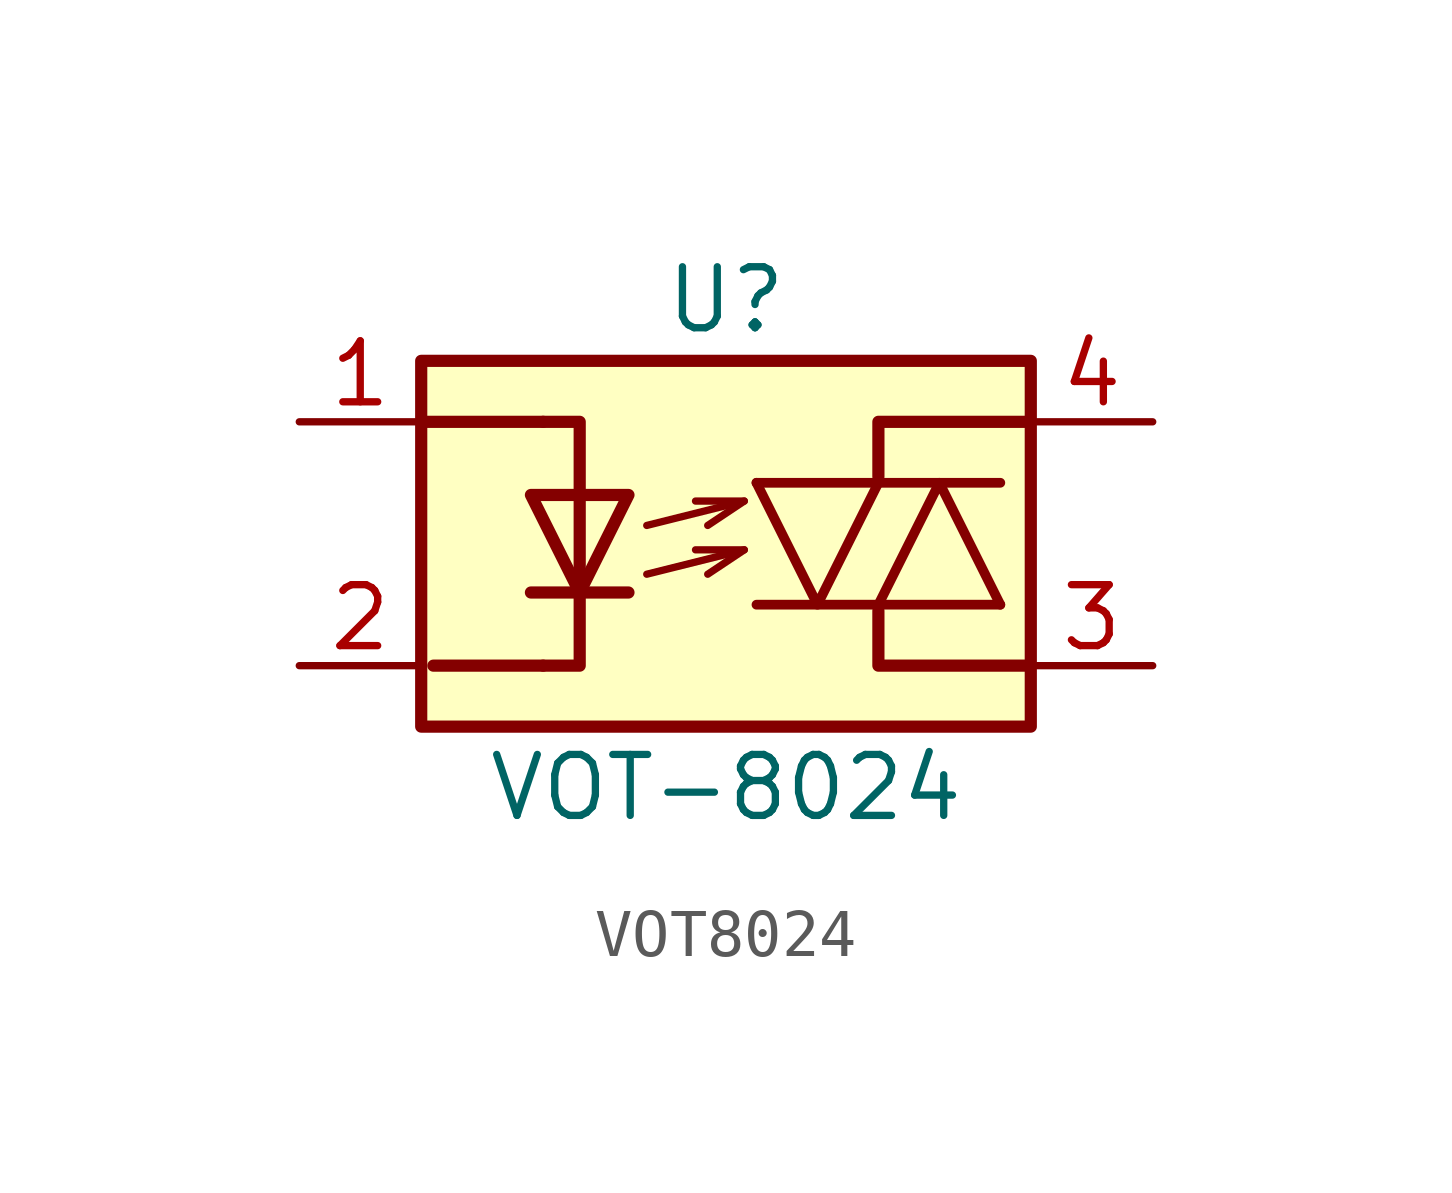
<source format=kicad_sym>
(kicad_symbol_lib
  (version 20220914)
  (generator kicad_symbol_editor)
  (symbol "VOT8024"
    (pin_names
      (offset 0.762) hide)
    (property "Reference" "U"
      (at 0 5.08 0)
      (effects (font (size 1.27 1.27))))
    (property "Value" "VOT-8024"
      (at 0 -5.08 0)
      (effects (font (size 1.27 1.27))))
    (symbol "VOT8024_0_1"
      (rectangle (start -6.35 3.81) (end 6.35 -3.81) (stroke (width 0.254) (type default)) (fill (type background)))
      (polyline (pts (xy -6.35 2.54) (xy -3.81 2.54)) (stroke (width 0.254) (type default)) (fill (type none)))
      (polyline (pts (xy -3.81 -2.54) (xy -6.096 -2.54)) (stroke (width 0.254) (type default)) (fill (type none)))
      (polyline (pts (xy 0.635 -1.27) (xy 5.715 -1.27)) (stroke (width 0.203) (type default)) (fill (type none)))
      (polyline (pts (xy 0.635 1.27) (xy 5.715 1.27)) (stroke (width 0.203) (type default)) (fill (type none)))
      (polyline (pts (xy -2.032 -1.016) (xy -4.064 -1.016) (xy -4.064 -1.016)) (stroke (width 0.254) (type default)) (fill (type none)))
      (polyline (pts (xy -1.651 -0.635) (xy 0.381 -0.127) (xy 0.381 -0.127)) (stroke (width 0) (type default)) (fill (type none)))
      (polyline (pts (xy -1.651 0.381) (xy 0.381 0.889) (xy 0.381 0.889)) (stroke (width 0) (type default)) (fill (type none)))
      (polyline (pts (xy 0.635 1.27) (xy 1.905 -1.27) (xy 3.175 1.27)) (stroke (width 0.203) (type default)) (fill (type none)))
      (polyline (pts (xy 3.175 -1.397) (xy 3.175 -2.54) (xy 6.35 -2.54)) (stroke (width 0.254) (type default)) (fill (type none)))
      (polyline (pts (xy 3.175 -1.27) (xy 4.445 1.27) (xy 5.715 -1.27)) (stroke (width 0.203) (type default)) (fill (type none)))
      (polyline (pts (xy 3.175 1.397) (xy 3.175 2.54) (xy 6.35 2.54)) (stroke (width 0.254) (type default)) (fill (type none)))
      (polyline (pts (xy -3.81 -2.54) (xy -3.048 -2.54) (xy -3.048 2.54) (xy -3.81 2.54)) (stroke (width 0.254) (type default)) (fill (type none)))
      (polyline (pts (xy -0.635 -0.127) (xy 0.381 -0.127) (xy -0.381 -0.635) (xy -0.381 -0.635)) (stroke (width 0) (type default)) (fill (type none)))
      (polyline (pts (xy -0.635 0.889) (xy 0.381 0.889) (xy -0.381 0.381) (xy -0.381 0.381)) (stroke (width 0) (type default)) (fill (type none)))
      (polyline (pts (xy -2.032 1.016) (xy -4.064 1.016) (xy -3.048 -1.016) (xy -2.032 1.016) (xy -2.032 1.016) (xy -2.032 1.016)) (stroke (width 0.254) (type default)) (fill (type none))))
    (symbol "VOT8024_1_1"
      (pin passive line (at -8.89 2.54 0) (length 2.54) (name "A" (effects (font (size 1.27 1.27)))) (number "1" (effects (font (size 1.27 1.27)))))
      (pin passive line (at -8.89 -2.54 0) (length 2.54) (name "K" (effects (font (size 1.27 1.27)))) (number "2" (effects (font (size 1.27 1.27)))))
      (pin passive line (at 8.89 -2.54 180) (length 2.54) (name "R" (effects (font (size 1.27 1.27)))) (number "3" (effects (font (size 1.27 1.27)))))
      (pin passive line (at 8.89 2.54 180) (length 2.54) (name "R" (effects (font (size 1.27 1.27)))) (number "4" (effects (font (size 1.27 1.27))))))))
</source>
